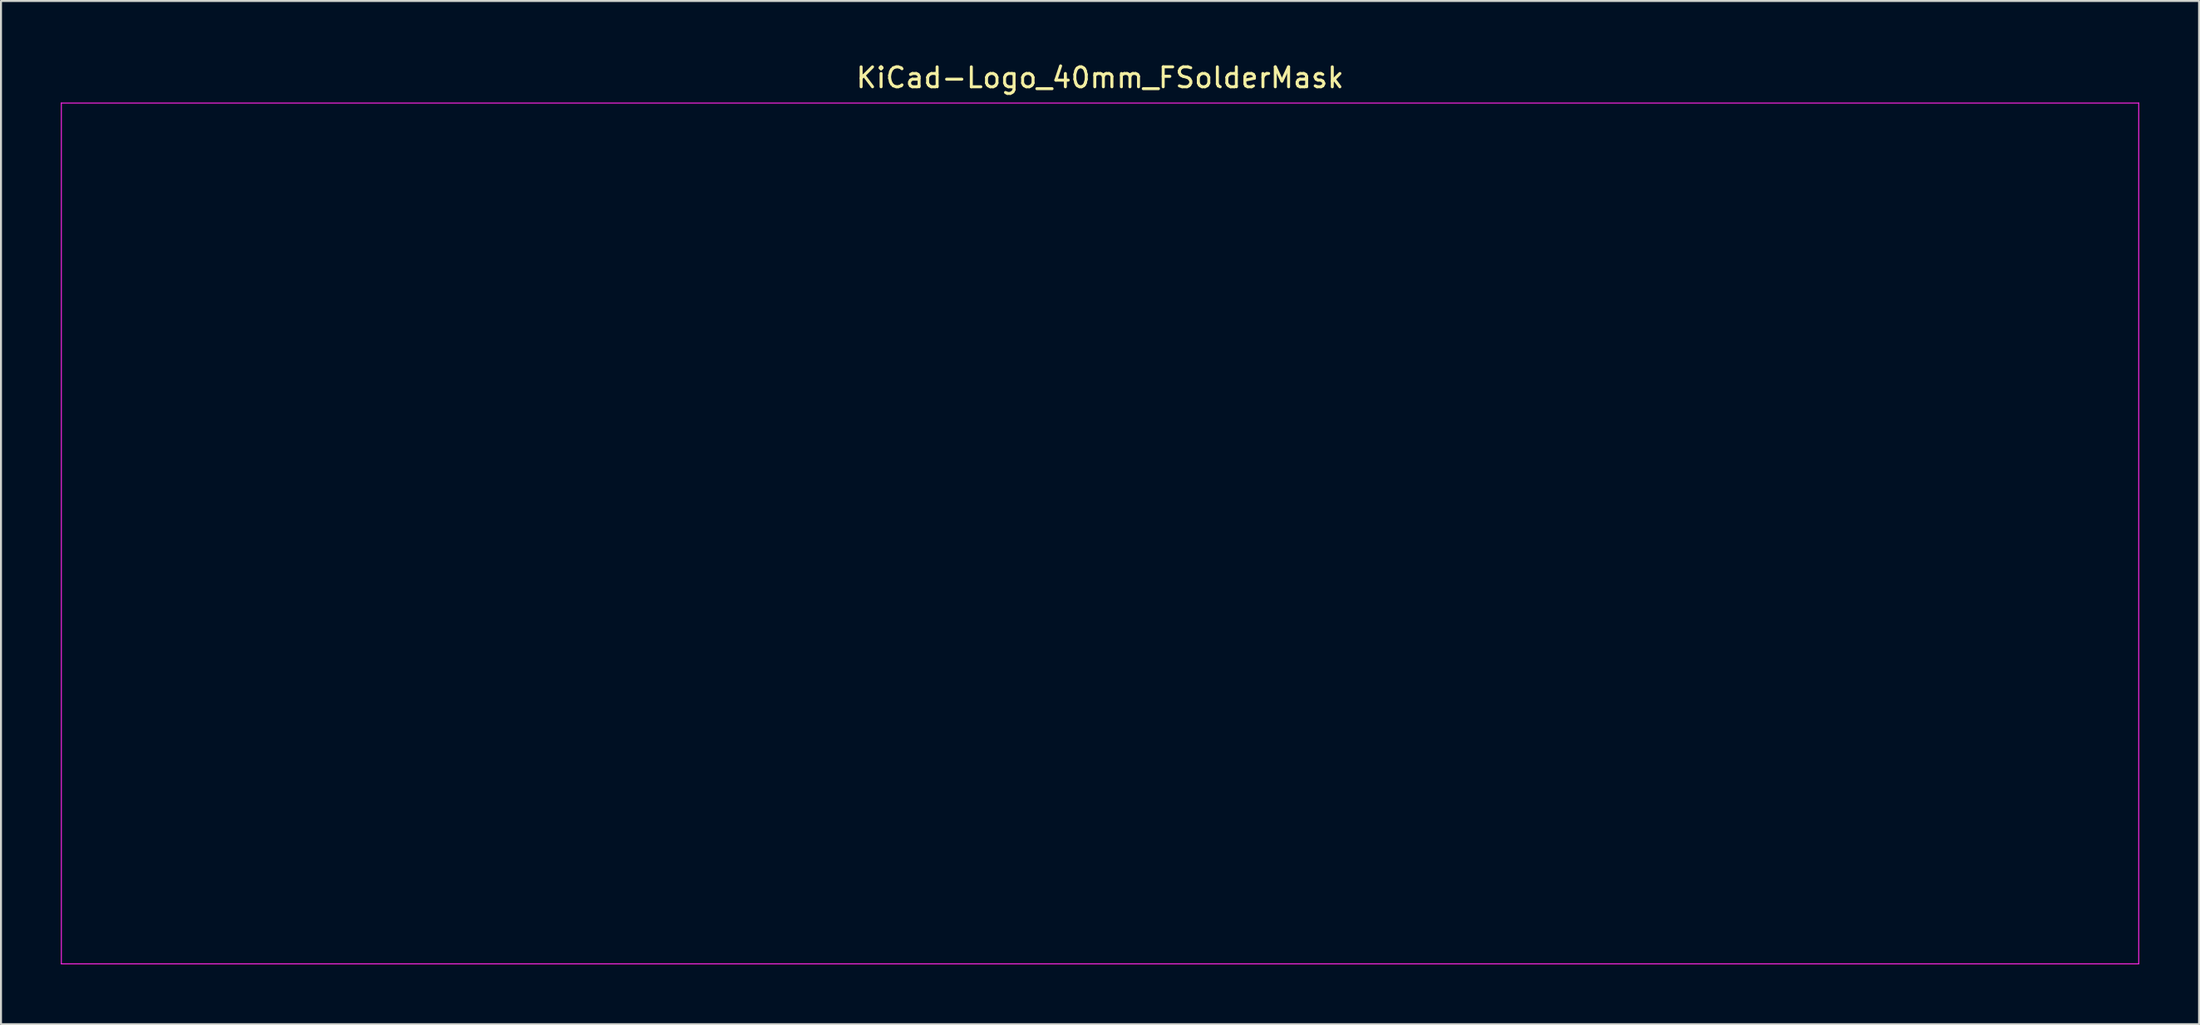
<source format=kicad_pcb>
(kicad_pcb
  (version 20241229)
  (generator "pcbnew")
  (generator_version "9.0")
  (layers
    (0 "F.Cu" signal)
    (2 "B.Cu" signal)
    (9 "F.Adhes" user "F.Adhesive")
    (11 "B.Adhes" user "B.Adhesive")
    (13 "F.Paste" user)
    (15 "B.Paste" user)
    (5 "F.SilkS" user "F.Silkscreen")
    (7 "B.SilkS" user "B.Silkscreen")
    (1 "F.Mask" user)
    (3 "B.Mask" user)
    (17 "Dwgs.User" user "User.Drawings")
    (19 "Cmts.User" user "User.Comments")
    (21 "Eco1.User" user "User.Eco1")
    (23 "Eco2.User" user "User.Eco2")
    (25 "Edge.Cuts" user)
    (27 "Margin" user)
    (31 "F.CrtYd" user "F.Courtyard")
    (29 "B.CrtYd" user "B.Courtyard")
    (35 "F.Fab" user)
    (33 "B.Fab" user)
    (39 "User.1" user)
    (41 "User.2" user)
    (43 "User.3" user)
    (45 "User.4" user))
  (footprint "KiCad-Logo_40mm_FSolderMask"
    (layer "F.Cu")
    (at 52.095 23.708)
    (property "Reference" "KiCad-Logo_40mm_FSolderMask" (at 0 -22.86 0) (layer "F.SilkS") (effects (font (size 1 1) (thickness 0.15))))
    (attr exclude_from_pos_files exclude_from_bom)
    (fp_poly (pts (xy -18.076 -19.651) (xy -17.392 -19.413) (xy -16.756 -19.04) (xy -16.187 -18.531) (xy -15.708 -17.886) (xy -15.493 -17.48) (xy -15.306 -16.911) (xy -15.216 -16.254) (xy -15.226 -15.579) (xy -15.337 -14.968) (xy -15.641 -14.22) (xy -16.081 -13.572) (xy -16.635 -13.035) (xy -17.282 -12.624) (xy -17.998 -12.349) (xy -18.761 -12.225) (xy -19.549 -12.263) (xy -19.938 -12.345) (xy -20.695 -12.64) (xy -21.367 -13.089) (xy -21.938 -13.679) (xy -22.393 -14.397) (xy -22.431 -14.475) (xy -22.564 -14.769) (xy -22.647 -15.017) (xy -22.693 -15.278) (xy -22.711 -15.613) (xy -22.714 -15.977) (xy -22.709 -16.415) (xy -22.686 -16.732) (xy -22.634 -16.987) (xy -22.541 -17.243) (xy -22.426 -17.496) (xy -21.998 -18.213) (xy -21.47 -18.793) (xy -20.864 -19.237) (xy -20.201 -19.545) (xy -19.501 -19.716) (xy -18.786 -19.751) (xy -18.076 -19.651)) (stroke (width 0.01) (type solid)) (fill yes) (layer "F.Mask"))
    (fp_poly (pts (xy 2.917 -12.197) (xy 3.899 -12.09) (xy 4.85 -11.898) (xy 5.809 -11.61) (xy 6.815 -11.218) (xy 7.907 -10.711) (xy 8.103 -10.613) (xy 8.554 -10.39) (xy 8.98 -10.19) (xy 9.338 -10.031) (xy 9.586 -9.933) (xy 9.624 -9.92) (xy 9.989 -9.811) (xy 8.354 -7.432) (xy 7.954 -6.85) (xy 7.588 -6.319) (xy 7.27 -5.856) (xy 7.01 -5.479) (xy 6.822 -5.207) (xy 6.718 -5.057) (xy 6.701 -5.033) (xy 6.632 -5.083) (xy 6.463 -5.232) (xy 6.223 -5.454) (xy 6.091 -5.58) (xy 5.343 -6.175) (xy 4.502 -6.627) (xy 3.778 -6.875) (xy 3.343 -6.953) (xy 2.799 -7) (xy 2.209 -7.016) (xy 1.638 -7) (xy 1.148 -6.951) (xy 0.953 -6.914) (xy 0.074 -6.611) (xy -0.719 -6.149) (xy -1.424 -5.528) (xy -2.041 -4.75) (xy -2.569 -3.815) (xy -3.008 -2.723) (xy -3.356 -1.477) (xy -3.564 -0.41) (xy -3.618 0.061) (xy -3.655 0.67) (xy -3.675 1.372) (xy -3.678 2.125) (xy -3.666 2.883) (xy -3.637 3.605) (xy -3.593 4.245) (xy -3.534 4.76) (xy -3.521 4.839) (xy -3.239 6.12) (xy -2.855 7.253) (xy -2.366 8.244) (xy -1.771 9.098) (xy -1.348 9.559) (xy -0.588 10.186) (xy 0.245 10.651) (xy 1.138 10.951) (xy 2.076 11.083) (xy 3.045 11.046) (xy 4.031 10.837) (xy 4.614 10.632) (xy 5.422 10.221) (xy 6.253 9.633) (xy 6.719 9.235) (xy 6.981 9.004) (xy 7.187 8.835) (xy 7.304 8.754) (xy 7.318 8.751) (xy 7.37 8.835) (xy 7.506 9.054) (xy 7.713 9.392) (xy 7.979 9.829) (xy 8.295 10.346) (xy 8.647 10.924) (xy 8.843 11.246) (xy 10.342 13.707) (xy 8.471 14.632) (xy 7.795 14.964) (xy 7.247 15.226) (xy 6.794 15.43) (xy 6.402 15.591) (xy 6.039 15.72) (xy 5.67 15.831) (xy 5.262 15.937) (xy 4.871 16.03) (xy 4.523 16.102) (xy 4.159 16.156) (xy 3.744 16.196) (xy 3.239 16.224) (xy 2.609 16.244) (xy 2.185 16.252) (xy 1.579 16.258) (xy 0.999 16.255) (xy 0.481 16.245) (xy 0.066 16.227) (xy -0.209 16.202) (xy -0.226 16.2) (xy -1.656 15.891) (xy -2.999 15.421) (xy -4.254 14.793) (xy -5.421 14.005) (xy -6.499 13.058) (xy -7.489 11.953) (xy -8.206 10.97) (xy -8.969 9.684) (xy -9.585 8.326) (xy -10.059 6.885) (xy -10.392 5.35) (xy -10.588 3.711) (xy -10.65 2.046) (xy -10.599 0.435) (xy -10.439 -1.051) (xy -10.166 -2.437) (xy -9.774 -3.749) (xy -9.257 -5.012) (xy -9.196 -5.142) (xy -8.516 -6.365) (xy -7.682 -7.529) (xy -6.716 -8.609) (xy -5.643 -9.582) (xy -4.485 -10.424) (xy -3.407 -11.041) (xy -2.317 -11.524) (xy -1.225 -11.875) (xy -0.089 -12.101) (xy 1.135 -12.213) (xy 1.866 -12.23) (xy 2.917 -12.197)) (stroke (width 0.01) (type solid)) (fill yes) (layer "F.Mask"))
    (fp_poly (pts (xy 45.37 -13.548) (xy 46.144 -13.545) (xy 46.407 -13.543) (xy 50.026 -13.519) (xy 50.072 0.364) (xy 50.078 2.247) (xy 50.083 3.956) (xy 50.088 5.501) (xy 50.093 6.891) (xy 50.098 8.133) (xy 50.104 9.238) (xy 50.111 10.214) (xy 50.12 11.07) (xy 50.13 11.814) (xy 50.142 12.456) (xy 50.157 13.005) (xy 50.174 13.468) (xy 50.195 13.855) (xy 50.219 14.176) (xy 50.246 14.438) (xy 50.278 14.651) (xy 50.314 14.823) (xy 50.355 14.963) (xy 50.401 15.08) (xy 50.453 15.184) (xy 50.511 15.282) (xy 50.574 15.384) (xy 50.644 15.498) (xy 50.659 15.522) (xy 50.9 15.934) (xy 43.927 15.886) (xy 43.881 15.12) (xy 43.856 14.753) (xy 43.83 14.54) (xy 43.795 14.456) (xy 43.743 14.473) (xy 43.699 14.522) (xy 43.507 14.699) (xy 43.195 14.926) (xy 42.806 15.177) (xy 42.384 15.424) (xy 41.974 15.64) (xy 41.659 15.782) (xy 40.921 16.015) (xy 40.074 16.181) (xy 39.181 16.272) (xy 38.304 16.282) (xy 37.506 16.205) (xy 37.493 16.203) (xy 36.401 15.929) (xy 35.379 15.492) (xy 34.436 14.903) (xy 33.583 14.169) (xy 32.829 13.301) (xy 32.185 12.308) (xy 31.659 11.2) (xy 31.373 10.378) (xy 31.185 9.691) (xy 31.045 9.026) (xy 30.949 8.342) (xy 30.894 7.599) (xy 30.875 6.757) (xy 30.883 6.069) (xy 37.601 6.069) (xy 37.633 7.222) (xy 37.733 8.215) (xy 37.905 9.055) (xy 38.152 9.752) (xy 38.476 10.314) (xy 38.881 10.75) (xy 39.348 11.058) (xy 39.592 11.173) (xy 39.803 11.242) (xy 40.038 11.274) (xy 40.354 11.276) (xy 40.695 11.264) (xy 41.364 11.205) (xy 41.894 11.089) (xy 42.06 11.031) (xy 42.44 10.86) (xy 42.841 10.645) (xy 43.016 10.538) (xy 43.471 10.239) (xy 43.471 0.776) (xy 42.971 0.476) (xy 42.272 0.136) (xy 41.559 -0.064) (xy 40.856 -0.127) (xy 40.191 -0.054) (xy 39.589 0.154) (xy 39.075 0.496) (xy 38.91 0.66) (xy 38.511 1.197) (xy 38.188 1.848) (xy 37.938 2.623) (xy 37.759 3.534) (xy 37.648 4.591) (xy 37.603 5.807) (xy 37.601 6.069) (xy 30.883 6.069) (xy 30.887 5.783) (xy 30.964 4.284) (xy 31.118 2.932) (xy 31.354 1.708) (xy 31.676 0.59) (xy 32.087 -0.439) (xy 32.234 -0.744) (xy 32.825 -1.739) (xy 33.54 -2.623) (xy 34.361 -3.383) (xy 35.272 -4.002) (xy 36.255 -4.469) (xy 36.845 -4.661) (xy 37.424 -4.775) (xy 38.121 -4.843) (xy 38.877 -4.865) (xy 39.634 -4.84) (xy 40.333 -4.77) (xy 40.895 -4.659) (xy 41.563 -4.442) (xy 42.211 -4.162) (xy 42.777 -3.849) (xy 43.079 -3.636) (xy 43.287 -3.478) (xy 43.433 -3.382) (xy 43.466 -3.368) (xy 43.476 -3.457) (xy 43.486 -3.709) (xy 43.495 -4.108) (xy 43.502 -4.635) (xy 43.508 -5.273) (xy 43.513 -6.005) (xy 43.516 -6.811) (xy 43.517 -7.633) (xy 43.516 -8.685) (xy 43.514 -9.572) (xy 43.507 -10.311) (xy 43.496 -10.919) (xy 43.478 -11.413) (xy 43.452 -11.809) (xy 43.416 -12.125) (xy 43.369 -12.378) (xy 43.308 -12.584) (xy 43.234 -12.762) (xy 43.144 -12.926) (xy 43.036 -13.096) (xy 43.022 -13.117) (xy 42.884 -13.336) (xy 42.8 -13.487) (xy 42.789 -13.518) (xy 42.876 -13.528) (xy 43.127 -13.537) (xy 43.521 -13.543) (xy 44.039 -13.547) (xy 44.662 -13.549) (xy 45.37 -13.548)) (stroke (width 0.01) (type solid)) (fill yes) (layer "F.Mask"))
    (fp_poly (pts (xy 21.003 -4.879) (xy 21.454 -4.845) (xy 22.745 -4.673) (xy 23.888 -4.399) (xy 24.889 -4.019) (xy 25.753 -3.53) (xy 26.486 -2.927) (xy 27.094 -2.207) (xy 27.583 -1.365) (xy 27.939 -0.455) (xy 28.03 -0.165) (xy 28.109 0.107) (xy 28.177 0.375) (xy 28.235 0.654) (xy 28.284 0.958) (xy 28.325 1.303) (xy 28.36 1.702) (xy 28.388 2.171) (xy 28.411 2.723) (xy 28.43 3.374) (xy 28.445 4.139) (xy 28.458 5.031) (xy 28.469 6.066) (xy 28.48 7.259) (xy 28.488 8.194) (xy 28.541 14.612) (xy 28.882 15.229) (xy 29.044 15.527) (xy 29.164 15.758) (xy 29.222 15.881) (xy 29.224 15.89) (xy 29.136 15.899) (xy 28.886 15.908) (xy 28.494 15.916) (xy 27.979 15.922) (xy 27.362 15.927) (xy 26.663 15.931) (xy 25.901 15.932) (xy 25.81 15.932) (xy 22.396 15.932) (xy 22.396 15.158) (xy 22.39 14.808) (xy 22.374 14.541) (xy 22.352 14.398) (xy 22.342 14.384) (xy 22.252 14.44) (xy 22.066 14.586) (xy 21.824 14.791) (xy 21.819 14.795) (xy 21.378 15.124) (xy 20.82 15.454) (xy 20.21 15.752) (xy 19.61 15.988) (xy 19.346 16.068) (xy 18.82 16.17) (xy 18.175 16.235) (xy 17.469 16.263) (xy 16.762 16.251) (xy 16.113 16.2) (xy 15.659 16.126) (xy 14.545 15.799) (xy 13.542 15.333) (xy 12.657 14.733) (xy 11.896 14.006) (xy 11.265 13.158) (xy 10.772 12.193) (xy 10.559 11.608) (xy 10.426 11.039) (xy 10.338 10.356) (xy 10.297 9.622) (xy 10.298 9.515) (xy 16.455 9.515) (xy 16.506 10.06) (xy 16.676 10.513) (xy 16.991 10.934) (xy 17.111 11.057) (xy 17.54 11.391) (xy 18.036 11.604) (xy 18.63 11.708) (xy 19.256 11.715) (xy 19.849 11.665) (xy 20.304 11.567) (xy 20.501 11.493) (xy 20.857 11.292) (xy 21.233 11.009) (xy 21.577 10.691) (xy 21.834 10.386) (xy 21.902 10.274) (xy 21.955 10.117) (xy 21.993 9.868) (xy 22.017 9.502) (xy 22.029 8.996) (xy 22.032 8.514) (xy 22.03 7.952) (xy 22.023 7.546) (xy 22.008 7.269) (xy 21.983 7.094) (xy 21.944 6.996) (xy 21.889 6.947) (xy 21.872 6.939) (xy 21.725 6.915) (xy 21.435 6.895) (xy 21.042 6.882) (xy 20.583 6.876) (xy 20.484 6.876) (xy 19.871 6.886) (xy 19.398 6.915) (xy 19.022 6.967) (xy 18.711 7.044) (xy 17.941 7.335) (xy 17.337 7.693) (xy 16.893 8.124) (xy 16.606 8.633) (xy 16.469 9.227) (xy 16.455 9.515) (xy 10.298 9.515) (xy 10.306 8.899) (xy 10.368 8.252) (xy 10.416 7.991) (xy 10.722 7.02) (xy 11.189 6.127) (xy 11.806 5.32) (xy 12.565 4.607) (xy 13.458 3.998) (xy 14.475 3.501) (xy 15.34 3.199) (xy 15.918 3.04) (xy 16.471 2.917) (xy 17.034 2.825) (xy 17.644 2.761) (xy 18.337 2.72) (xy 19.147 2.698) (xy 19.88 2.692) (xy 22.052 2.686) (xy 22.01 2.033) (xy 21.892 1.324) (xy 21.641 0.715) (xy 21.267 0.221) (xy 20.781 -0.143) (xy 20.354 -0.321) (xy 19.741 -0.433) (xy 19.011 -0.449) (xy 18.199 -0.375) (xy 17.339 -0.217) (xy 16.465 0.019) (xy 15.61 0.327) (xy 14.989 0.609) (xy 14.691 0.754) (xy 14.463 0.855) (xy 14.347 0.895) (xy 14.341 0.893) (xy 14.301 0.805) (xy 14.201 0.571) (xy 14.051 0.213) (xy 13.859 -0.246) (xy 13.636 -0.784) (xy 13.409 -1.332) (xy 12.503 -3.529) (xy 13.148 -3.635) (xy 13.427 -3.688) (xy 13.847 -3.777) (xy 14.372 -3.894) (xy 14.965 -4.032) (xy 15.592 -4.181) (xy 15.841 -4.241) (xy 16.919 -4.491) (xy 17.864 -4.679) (xy 18.709 -4.808) (xy 19.491 -4.881) (xy 20.243 -4.904) (xy 21.003 -4.879)) (stroke (width 0.01) (type solid)) (fill yes) (layer "F.Mask"))
    (fp_poly (pts (xy -39.491 -16.752) (xy -37.737 -16.751) (xy -36.921 -16.751) (xy -23.852 -16.751) (xy -23.852 -15.981) (xy -23.77 -15.043) (xy -23.522 -14.179) (xy -23.106 -13.382) (xy -22.519 -12.648) (xy -22.32 -12.449) (xy -21.606 -11.887) (xy -20.819 -11.476) (xy -19.982 -11.218) (xy -19.118 -11.112) (xy -18.251 -11.157) (xy -17.405 -11.354) (xy -16.602 -11.703) (xy -15.866 -12.202) (xy -15.535 -12.503) (xy -14.919 -13.242) (xy -14.468 -14.054) (xy -14.184 -14.931) (xy -14.073 -15.863) (xy -14.071 -15.955) (xy -14.066 -16.751) (xy -13.715 -16.751) (xy -13.405 -16.709) (xy -13.121 -16.607) (xy -13.102 -16.596) (xy -13.038 -16.563) (xy -12.98 -16.537) (xy -12.926 -16.511) (xy -12.877 -16.477) (xy -12.832 -16.428) (xy -12.792 -16.356) (xy -12.756 -16.254) (xy -12.724 -16.114) (xy -12.696 -15.928) (xy -12.672 -15.689) (xy -12.65 -15.39) (xy -12.632 -15.023) (xy -12.617 -14.58) (xy -12.604 -14.054) (xy -12.594 -13.438) (xy -12.586 -12.723) (xy -12.58 -11.902) (xy -12.576 -10.968) (xy -12.574 -9.913) (xy -12.573 -8.73) (xy -12.573 -7.411) (xy -12.575 -5.948) (xy -12.577 -4.335) (xy -12.579 -2.562) (xy -12.582 -0.624) (xy -12.585 1.488) (xy -12.585 1.745) (xy -12.588 3.871) (xy -12.59 5.822) (xy -12.592 7.606) (xy -12.595 9.23) (xy -12.597 10.703) (xy -12.6 12.031) (xy -12.604 13.223) (xy -12.609 14.285) (xy -12.615 15.225) (xy -12.623 16.051) (xy -12.632 16.77) (xy -12.644 17.391) (xy -12.658 17.919) (xy -12.674 18.364) (xy -12.693 18.732) (xy -12.715 19.031) (xy -12.74 19.268) (xy -12.769 19.452) (xy -12.801 19.589) (xy -12.838 19.688) (xy -12.878 19.755) (xy -12.923 19.798) (xy -12.973 19.825) (xy -13.027 19.844) (xy -13.087 19.861) (xy -13.152 19.885) (xy -13.168 19.892) (xy -13.218 19.908) (xy -13.302 19.923) (xy -13.426 19.937) (xy -13.599 19.949) (xy -13.828 19.961) (xy -14.12 19.971) (xy -14.481 19.98) (xy -14.921 19.988) (xy -15.445 19.995) (xy -16.061 20.001) (xy -16.777 20.007) (xy -17.599 20.011) (xy -18.536 20.015) (xy -19.594 20.019) (xy -20.78 20.021) (xy -22.103 20.023) (xy -23.569 20.025) (xy -25.185 20.026) (xy -26.96 20.026) (xy -28.899 20.027) (xy -31.011 20.027) (xy -31.695 20.027) (xy -33.854 20.026) (xy -35.839 20.026) (xy -37.656 20.025) (xy -39.313 20.024) (xy -40.818 20.022) (xy -42.177 20.02) (xy -43.399 20.018) (xy -44.491 20.014) (xy -45.459 20.011) (xy -46.312 20.006) (xy -47.057 20.001) (xy -47.701 19.995) (xy -48.252 19.988) (xy -48.717 19.981) (xy -49.103 19.972) (xy -49.419 19.962) (xy -49.67 19.951) (xy -49.865 19.94) (xy -50.011 19.926) (xy -50.116 19.912) (xy -50.186 19.896) (xy -50.225 19.882) (xy -50.293 19.853) (xy -50.355 19.832) (xy -50.413 19.811) (xy -50.465 19.782) (xy -50.512 19.738) (xy -50.555 19.672) (xy -50.593 19.576) (xy -50.627 19.442) (xy -50.657 19.262) (xy -50.684 19.031) (xy -50.707 18.739) (xy -50.726 18.379) (xy -50.743 17.944) (xy -50.757 17.426) (xy -50.769 16.818) (xy -50.778 16.112) (xy -50.781 15.841) (xy -48.351 15.841) (xy -39.763 15.841) (xy -39.929 15.591) (xy -40.093 15.333) (xy -40.232 15.088) (xy -40.348 14.838) (xy -40.443 14.567) (xy -40.518 14.255) (xy -40.577 13.888) (xy -40.62 13.447) (xy -40.649 12.916) (xy -40.668 12.277) (xy -40.677 11.513) (xy -40.679 10.607) (xy -40.675 9.542) (xy -40.673 9.146) (xy -40.649 4.907) (xy -37.963 8.563) (xy -37.203 9.601) (xy -36.543 10.504) (xy -35.979 11.285) (xy -35.502 11.956) (xy -35.105 12.529) (xy -34.781 13.015) (xy -34.523 13.428) (xy -34.325 13.778) (xy -34.178 14.078) (xy -34.076 14.34) (xy -34.011 14.575) (xy -33.977 14.796) (xy -33.967 15.014) (xy -33.972 15.242) (xy -33.974 15.271) (xy -34.003 15.841) (xy -29.297 15.841) (xy -24.592 15.841) (xy -25.292 15.135) (xy -25.482 14.942) (xy -25.662 14.754) (xy -25.84 14.561) (xy -26.025 14.353) (xy -26.223 14.118) (xy -26.443 13.848) (xy -26.693 13.53) (xy -26.981 13.156) (xy -27.315 12.715) (xy -27.702 12.195) (xy -28.15 11.588) (xy -28.668 10.883) (xy -29.262 10.068) (xy -29.942 9.135) (xy -30.716 8.072) (xy -31.349 7.2) (xy -32.145 6.104) (xy -32.838 5.147) (xy -33.437 4.317) (xy -33.947 3.608) (xy -34.373 3.008) (xy -34.724 2.51) (xy -35.005 2.104) (xy -35.221 1.781) (xy -35.38 1.532) (xy -35.488 1.348) (xy -35.551 1.22) (xy -35.576 1.139) (xy -35.568 1.096) (xy -35.48 0.982) (xy -35.288 0.74) (xy -35.006 0.386) (xy -34.643 -0.067) (xy -34.213 -0.604) (xy -33.725 -1.211) (xy -33.193 -1.874) (xy -32.627 -2.578) (xy -32.039 -3.309) (xy -31.441 -4.052) (xy -31.111 -4.461) (xy -22.938 -4.461) (xy -22.599 -3.846) (xy -22.259 -3.232) (xy -22.259 14.612) (xy -22.599 15.226) (xy -22.938 15.841) (xy -18.92 15.841) (xy -17.961 15.841) (xy -17.169 15.839) (xy -16.528 15.836) (xy -16.024 15.831) (xy -15.642 15.823) (xy -15.366 15.812) (xy -15.181 15.796) (xy -15.071 15.776) (xy -15.023 15.75) (xy -15.021 15.718) (xy -15.048 15.679) (xy -15.049 15.679) (xy -15.163 15.513) (xy -15.315 15.243) (xy -15.45 14.974) (xy -15.704 14.43) (xy -15.73 4.984) (xy -15.756 -4.461) (xy -22.938 -4.461) (xy -31.111 -4.461) (xy -30.843 -4.794) (xy -30.258 -5.519) (xy -29.698 -6.215) (xy -29.173 -6.865) (xy -28.695 -7.456) (xy -28.276 -7.974) (xy -27.928 -8.403) (xy -27.661 -8.731) (xy -27.505 -8.922) (xy -26.897 -9.636) (xy -26.312 -10.281) (xy -25.77 -10.834) (xy -25.293 -11.276) (xy -24.954 -11.547) (xy -24.553 -11.835) (xy -33.766 -11.835) (xy -33.764 -11.295) (xy -33.789 -10.897) (xy -33.886 -10.529) (xy -34.036 -10.179) (xy -34.133 -9.982) (xy -34.238 -9.786) (xy -34.36 -9.58) (xy -34.508 -9.349) (xy -34.692 -9.081) (xy -34.922 -8.763) (xy -35.206 -8.382) (xy -35.556 -7.924) (xy -35.98 -7.378) (xy -36.488 -6.729) (xy -37.089 -5.966) (xy -37.793 -5.075) (xy -37.872 -4.974) (xy -40.649 -1.463) (xy -40.676 -5.352) (xy -40.681 -6.516) (xy -40.68 -7.503) (xy -40.672 -8.313) (xy -40.658 -8.952) (xy -40.637 -9.421) (xy -40.609 -9.725) (xy -40.599 -9.783) (xy -40.452 -10.39) (xy -40.259 -10.937) (xy -40.038 -11.377) (xy -39.906 -11.563) (xy -39.677 -11.835) (xy -44.015 -11.835) (xy -45.05 -11.834) (xy -45.915 -11.831) (xy -46.623 -11.826) (xy -47.188 -11.818) (xy -47.62 -11.807) (xy -47.934 -11.793) (xy -48.141 -11.775) (xy -48.254 -11.753) (xy -48.286 -11.727) (xy -48.284 -11.721) (xy -48.192 -11.583) (xy -48.039 -11.363) (xy -47.959 -11.251) (xy -47.877 -11.14) (xy -47.803 -11.041) (xy -47.737 -10.944) (xy -47.679 -10.838) (xy -47.627 -10.716) (xy -47.582 -10.566) (xy -47.542 -10.378) (xy -47.509 -10.144) (xy -47.48 -9.854) (xy -47.456 -9.497) (xy -47.436 -9.063) (xy -47.42 -8.544) (xy -47.407 -7.929) (xy -47.396 -7.208) (xy -47.388 -6.372) (xy -47.382 -5.411) (xy -47.377 -4.315) (xy -47.373 -3.075) (xy -47.369 -1.68) (xy -47.365 -0.121) (xy -47.362 1.311) (xy -47.358 2.908) (xy -47.357 4.431) (xy -47.356 5.872) (xy -47.358 7.219) (xy -47.361 8.464) (xy -47.365 9.597) (xy -47.37 10.608) (xy -47.377 11.487) (xy -47.385 12.225) (xy -47.395 12.812) (xy -47.405 13.238) (xy -47.417 13.493) (xy -47.419 13.52) (xy -47.5 14.139) (xy -47.625 14.635) (xy -47.817 15.069) (xy -48.095 15.498) (xy -48.129 15.545) (xy -48.351 15.841) (xy -50.781 15.841) (xy -50.786 15.3) (xy -50.791 14.376) (xy -50.795 13.332) (xy -50.798 12.159) (xy -50.8 10.851) (xy -50.801 9.4) (xy -50.801 7.798) (xy -50.801 6.038) (xy -50.8 4.113) (xy -50.8 2.014) (xy -50.8 1.598) (xy -50.8 -0.523) (xy -50.799 -2.469) (xy -50.799 -4.248) (xy -50.798 -5.867) (xy -50.796 -7.334) (xy -50.794 -8.656) (xy -50.791 -9.841) (xy -50.788 -10.897) (xy -50.784 -11.83) (xy -50.779 -12.648) (xy -50.774 -13.359) (xy -50.768 -13.97) (xy -50.76 -14.488) (xy -50.752 -14.922) (xy -50.743 -15.278) (xy -50.733 -15.564) (xy -50.721 -15.788) (xy -50.708 -15.956) (xy -50.694 -16.077) (xy -50.679 -16.158) (xy -50.663 -16.207) (xy -50.662 -16.208) (xy -50.628 -16.282) (xy -50.599 -16.349) (xy -50.567 -16.409) (xy -50.524 -16.463) (xy -50.46 -16.511) (xy -50.367 -16.553) (xy -50.236 -16.59) (xy -50.057 -16.623) (xy -49.824 -16.65) (xy -49.525 -16.674) (xy -49.154 -16.693) (xy -48.701 -16.709) (xy -48.157 -16.722) (xy -47.514 -16.732) (xy -46.762 -16.739) (xy -45.894 -16.745) (xy -44.9 -16.748) (xy -43.771 -16.75) (xy -42.5 -16.751) (xy -41.076 -16.752) (xy -39.491 -16.752)) (stroke (width 0.01) (type solid)) (fill yes) (layer "F.Mask"))
    (fp_line (start -52.07 -21.59) (end 52.07 -21.59) (stroke (width 0.05) (type solid)) (layer "F.CrtYd"))
    (fp_line (start -52.07 21.59) (end -52.07 -21.59) (stroke (width 0.05) (type solid)) (layer "F.CrtYd"))
    (fp_line (start 52.07 -21.59) (end 52.07 21.59) (stroke (width 0.05) (type solid)) (layer "F.CrtYd"))
    (fp_line (start 52.07 21.59) (end -52.07 21.59) (stroke (width 0.05) (type solid)) (layer "F.CrtYd")))
  (gr_rect
    (start -3 -3)
    (end 107.19 48.323)
    (stroke (width 0.1) (type default))
    (fill no)
    (layer "Edge.Cuts")))
</source>
